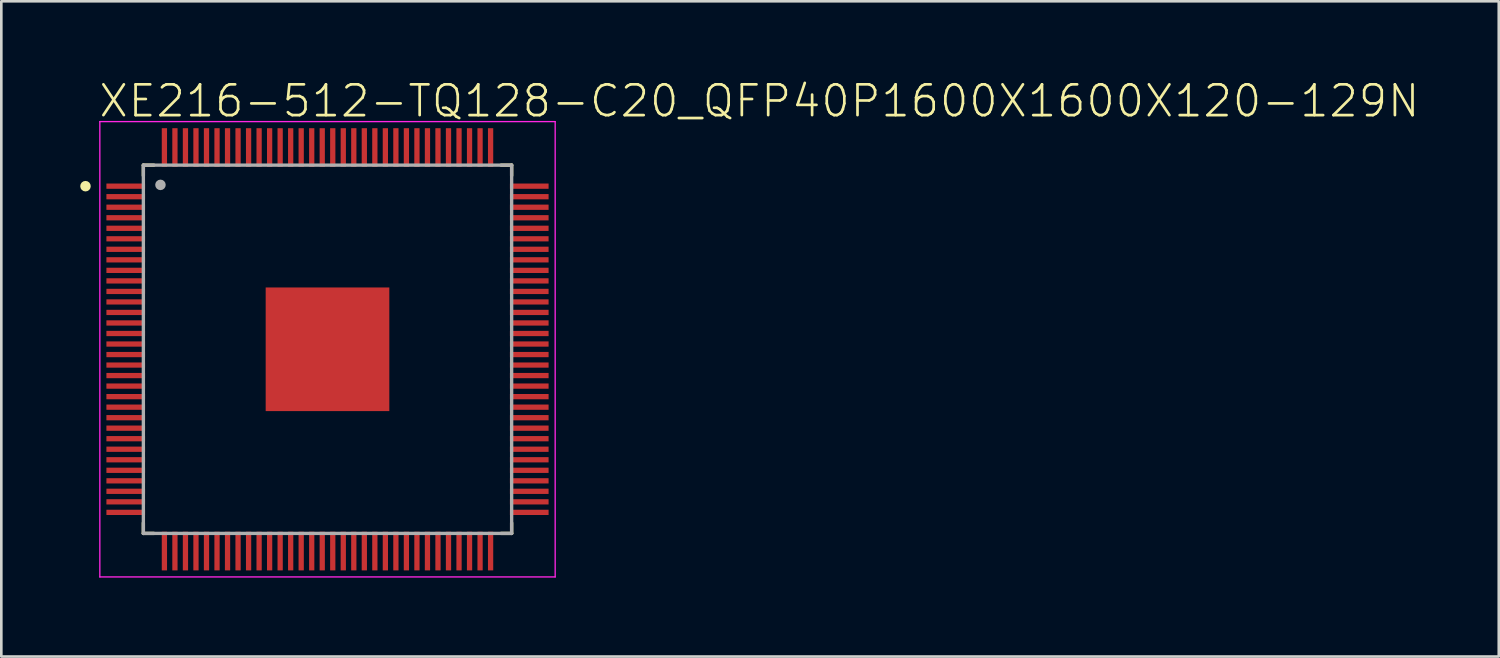
<source format=kicad_pcb>
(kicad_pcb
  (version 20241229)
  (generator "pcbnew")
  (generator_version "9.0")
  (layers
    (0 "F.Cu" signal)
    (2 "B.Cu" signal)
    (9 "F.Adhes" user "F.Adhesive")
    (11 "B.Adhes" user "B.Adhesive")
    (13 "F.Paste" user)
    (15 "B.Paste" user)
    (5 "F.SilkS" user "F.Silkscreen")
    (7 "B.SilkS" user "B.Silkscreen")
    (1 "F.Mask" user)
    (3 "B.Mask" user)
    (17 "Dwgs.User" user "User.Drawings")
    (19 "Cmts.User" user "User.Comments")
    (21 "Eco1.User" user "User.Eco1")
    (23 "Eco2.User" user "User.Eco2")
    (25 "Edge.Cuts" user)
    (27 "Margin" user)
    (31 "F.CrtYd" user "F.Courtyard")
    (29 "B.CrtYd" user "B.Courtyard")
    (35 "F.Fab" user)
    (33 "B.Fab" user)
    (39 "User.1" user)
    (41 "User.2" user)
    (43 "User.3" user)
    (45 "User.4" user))
  (footprint "XE216-512-TQ128-C20_QFP40P1600X1600X120-129N"
    (layer "F.Cu")
    (at 9.4 10.228)
    (property "Reference" "XE216-512-TQ128-C20_QFP40P1600X1600X120-129N" (at -8.754 -8.754 0) (unlocked yes) (layer "F.SilkS") (effects (font (size 1.169 1.169) (thickness 0.102)) (justify left bottom)))
    (fp_line (start -7 -7) (end -7 -6.6) (stroke (width 0.127) (type solid)) (layer "F.SilkS"))
    (fp_line (start -7 6.6) (end -7 7) (stroke (width 0.127) (type solid)) (layer "F.SilkS"))
    (fp_line (start -7 7) (end -6.6 7) (stroke (width 0.127) (type solid)) (layer "F.SilkS"))
    (fp_line (start -6.6 -7) (end -7 -7) (stroke (width 0.127) (type solid)) (layer "F.SilkS"))
    (fp_line (start 6.6 -7) (end 7 -7) (stroke (width 0.127) (type solid)) (layer "F.SilkS"))
    (fp_line (start 6.6 7) (end 7 7) (stroke (width 0.127) (type solid)) (layer "F.SilkS"))
    (fp_line (start 7 -7) (end 7 -6.6) (stroke (width 0.127) (type solid)) (layer "F.SilkS"))
    (fp_line (start 7 7) (end 7 6.6) (stroke (width 0.127) (type solid)) (layer "F.SilkS"))
    (fp_circle (center -9.2 -6.2) (end -9.1 -6.2) (stroke (width 0.2) (type solid)) (fill no) (layer "F.SilkS"))
    (fp_poly (pts (xy -1.487 1.487) (xy 1.486 1.487) (xy 1.486 -1.486) (xy -1.487 -1.486)) (stroke (width 0) (type default)) (fill yes) (layer "F.Paste"))
    (fp_line (start -8.655 -8.655) (end 8.655 -8.655) (stroke (width 0.05) (type solid)) (layer "F.CrtYd"))
    (fp_line (start -8.655 8.655) (end -8.655 -8.655) (stroke (width 0.05) (type solid)) (layer "F.CrtYd"))
    (fp_line (start 8.655 -8.655) (end 8.655 8.655) (stroke (width 0.05) (type solid)) (layer "F.CrtYd"))
    (fp_line (start 8.655 8.655) (end -8.655 8.655) (stroke (width 0.05) (type solid)) (layer "F.CrtYd"))
    (fp_line (start -7 -7) (end 7 -7) (stroke (width 0.127) (type solid)) (layer "F.Fab"))
    (fp_line (start -7 7) (end -7 -7) (stroke (width 0.127) (type solid)) (layer "F.Fab"))
    (fp_line (start 7 -7) (end 7 7) (stroke (width 0.127) (type solid)) (layer "F.Fab"))
    (fp_line (start 7 7) (end -7 7) (stroke (width 0.127) (type solid)) (layer "F.Fab"))
    (fp_circle (center -6.35 -6.25) (end -6.25 -6.25) (stroke (width 0.2) (type solid)) (fill no) (layer "F.Fab"))
    (pad "1" smd roundrect (at -7.67 -6.2) (size 1.47 0.2) (layers "F.Cu" "F.Mask" "F.Paste") (roundrect_rratio 0.03))
    (pad "2" smd roundrect (at -7.67 -5.8) (size 1.47 0.2) (layers "F.Cu" "F.Mask" "F.Paste") (roundrect_rratio 0.03))
    (pad "3" smd roundrect (at -7.67 -5.4) (size 1.47 0.2) (layers "F.Cu" "F.Mask" "F.Paste") (roundrect_rratio 0.03))
    (pad "4" smd roundrect (at -7.67 -5) (size 1.47 0.2) (layers "F.Cu" "F.Mask" "F.Paste") (roundrect_rratio 0.03))
    (pad "5" smd roundrect (at -7.67 -4.6) (size 1.47 0.2) (layers "F.Cu" "F.Mask" "F.Paste") (roundrect_rratio 0.03))
    (pad "6" smd roundrect (at -7.67 -4.2) (size 1.47 0.2) (layers "F.Cu" "F.Mask" "F.Paste") (roundrect_rratio 0.03))
    (pad "7" smd roundrect (at -7.67 -3.8) (size 1.47 0.2) (layers "F.Cu" "F.Mask" "F.Paste") (roundrect_rratio 0.03))
    (pad "8" smd roundrect (at -7.67 -3.4) (size 1.47 0.2) (layers "F.Cu" "F.Mask" "F.Paste") (roundrect_rratio 0.03))
    (pad "9" smd roundrect (at -7.67 -3) (size 1.47 0.2) (layers "F.Cu" "F.Mask" "F.Paste") (roundrect_rratio 0.03))
    (pad "10" smd roundrect (at -7.67 -2.6) (size 1.47 0.2) (layers "F.Cu" "F.Mask" "F.Paste") (roundrect_rratio 0.03))
    (pad "11" smd roundrect (at -7.67 -2.2) (size 1.47 0.2) (layers "F.Cu" "F.Mask" "F.Paste") (roundrect_rratio 0.03))
    (pad "12" smd roundrect (at -7.67 -1.8) (size 1.47 0.2) (layers "F.Cu" "F.Mask" "F.Paste") (roundrect_rratio 0.03))
    (pad "13" smd roundrect (at -7.67 -1.4) (size 1.47 0.2) (layers "F.Cu" "F.Mask" "F.Paste") (roundrect_rratio 0.03))
    (pad "14" smd roundrect (at -7.67 -1) (size 1.47 0.2) (layers "F.Cu" "F.Mask" "F.Paste") (roundrect_rratio 0.03))
    (pad "15" smd roundrect (at -7.67 -0.6) (size 1.47 0.2) (layers "F.Cu" "F.Mask" "F.Paste") (roundrect_rratio 0.03))
    (pad "16" smd roundrect (at -7.67 -0.2) (size 1.47 0.2) (layers "F.Cu" "F.Mask" "F.Paste") (roundrect_rratio 0.03))
    (pad "17" smd roundrect (at -7.67 0.2) (size 1.47 0.2) (layers "F.Cu" "F.Mask" "F.Paste") (roundrect_rratio 0.03))
    (pad "18" smd roundrect (at -7.67 0.6) (size 1.47 0.2) (layers "F.Cu" "F.Mask" "F.Paste") (roundrect_rratio 0.03))
    (pad "19" smd roundrect (at -7.67 1) (size 1.47 0.2) (layers "F.Cu" "F.Mask" "F.Paste") (roundrect_rratio 0.03))
    (pad "20" smd roundrect (at -7.67 1.4) (size 1.47 0.2) (layers "F.Cu" "F.Mask" "F.Paste") (roundrect_rratio 0.03))
    (pad "21" smd roundrect (at -7.67 1.8) (size 1.47 0.2) (layers "F.Cu" "F.Mask" "F.Paste") (roundrect_rratio 0.03))
    (pad "22" smd roundrect (at -7.67 2.2) (size 1.47 0.2) (layers "F.Cu" "F.Mask" "F.Paste") (roundrect_rratio 0.03))
    (pad "23" smd roundrect (at -7.67 2.6) (size 1.47 0.2) (layers "F.Cu" "F.Mask" "F.Paste") (roundrect_rratio 0.03))
    (pad "24" smd roundrect (at -7.67 3) (size 1.47 0.2) (layers "F.Cu" "F.Mask" "F.Paste") (roundrect_rratio 0.03))
    (pad "25" smd roundrect (at -7.67 3.4) (size 1.47 0.2) (layers "F.Cu" "F.Mask" "F.Paste") (roundrect_rratio 0.03))
    (pad "26" smd roundrect (at -7.67 3.8) (size 1.47 0.2) (layers "F.Cu" "F.Mask" "F.Paste") (roundrect_rratio 0.03))
    (pad "27" smd roundrect (at -7.67 4.2) (size 1.47 0.2) (layers "F.Cu" "F.Mask" "F.Paste") (roundrect_rratio 0.03))
    (pad "28" smd roundrect (at -7.67 4.6) (size 1.47 0.2) (layers "F.Cu" "F.Mask" "F.Paste") (roundrect_rratio 0.03))
    (pad "29" smd roundrect (at -7.67 5) (size 1.47 0.2) (layers "F.Cu" "F.Mask" "F.Paste") (roundrect_rratio 0.03))
    (pad "30" smd roundrect (at -7.67 5.4) (size 1.47 0.2) (layers "F.Cu" "F.Mask" "F.Paste") (roundrect_rratio 0.03))
    (pad "31" smd roundrect (at -7.67 5.8) (size 1.47 0.2) (layers "F.Cu" "F.Mask" "F.Paste") (roundrect_rratio 0.03))
    (pad "32" smd roundrect (at -7.67 6.2) (size 1.47 0.2) (layers "F.Cu" "F.Mask" "F.Paste") (roundrect_rratio 0.03))
    (pad "33" smd roundrect (at -6.2 7.67 90) (size 1.47 0.2) (layers "F.Cu" "F.Mask" "F.Paste") (roundrect_rratio 0.03))
    (pad "34" smd roundrect (at -5.8 7.67 90) (size 1.47 0.2) (layers "F.Cu" "F.Mask" "F.Paste") (roundrect_rratio 0.03))
    (pad "35" smd roundrect (at -5.4 7.67 90) (size 1.47 0.2) (layers "F.Cu" "F.Mask" "F.Paste") (roundrect_rratio 0.03))
    (pad "36" smd roundrect (at -5 7.67 90) (size 1.47 0.2) (layers "F.Cu" "F.Mask" "F.Paste") (roundrect_rratio 0.03))
    (pad "37" smd roundrect (at -4.6 7.67 90) (size 1.47 0.2) (layers "F.Cu" "F.Mask" "F.Paste") (roundrect_rratio 0.03))
    (pad "38" smd roundrect (at -4.2 7.67 90) (size 1.47 0.2) (layers "F.Cu" "F.Mask" "F.Paste") (roundrect_rratio 0.03))
    (pad "39" smd roundrect (at -3.8 7.67 90) (size 1.47 0.2) (layers "F.Cu" "F.Mask" "F.Paste") (roundrect_rratio 0.03))
    (pad "40" smd roundrect (at -3.4 7.67 90) (size 1.47 0.2) (layers "F.Cu" "F.Mask" "F.Paste") (roundrect_rratio 0.03))
    (pad "41" smd roundrect (at -3 7.67 90) (size 1.47 0.2) (layers "F.Cu" "F.Mask" "F.Paste") (roundrect_rratio 0.03))
    (pad "42" smd roundrect (at -2.6 7.67 90) (size 1.47 0.2) (layers "F.Cu" "F.Mask" "F.Paste") (roundrect_rratio 0.03))
    (pad "43" smd roundrect (at -2.2 7.67 90) (size 1.47 0.2) (layers "F.Cu" "F.Mask" "F.Paste") (roundrect_rratio 0.03))
    (pad "44" smd roundrect (at -1.8 7.67 90) (size 1.47 0.2) (layers "F.Cu" "F.Mask" "F.Paste") (roundrect_rratio 0.03))
    (pad "45" smd roundrect (at -1.4 7.67 90) (size 1.47 0.2) (layers "F.Cu" "F.Mask" "F.Paste") (roundrect_rratio 0.03))
    (pad "46" smd roundrect (at -1 7.67 90) (size 1.47 0.2) (layers "F.Cu" "F.Mask" "F.Paste") (roundrect_rratio 0.03))
    (pad "47" smd roundrect (at -0.6 7.67 90) (size 1.47 0.2) (layers "F.Cu" "F.Mask" "F.Paste") (roundrect_rratio 0.03))
    (pad "48" smd roundrect (at -0.2 7.67 90) (size 1.47 0.2) (layers "F.Cu" "F.Mask" "F.Paste") (roundrect_rratio 0.03))
    (pad "49" smd roundrect (at 0.2 7.67 90) (size 1.47 0.2) (layers "F.Cu" "F.Mask" "F.Paste") (roundrect_rratio 0.03))
    (pad "50" smd roundrect (at 0.6 7.67 90) (size 1.47 0.2) (layers "F.Cu" "F.Mask" "F.Paste") (roundrect_rratio 0.03))
    (pad "51" smd roundrect (at 1 7.67 90) (size 1.47 0.2) (layers "F.Cu" "F.Mask" "F.Paste") (roundrect_rratio 0.03))
    (pad "52" smd roundrect (at 1.4 7.67 90) (size 1.47 0.2) (layers "F.Cu" "F.Mask" "F.Paste") (roundrect_rratio 0.03))
    (pad "53" smd roundrect (at 1.8 7.67 90) (size 1.47 0.2) (layers "F.Cu" "F.Mask" "F.Paste") (roundrect_rratio 0.03))
    (pad "54" smd roundrect (at 2.2 7.67 90) (size 1.47 0.2) (layers "F.Cu" "F.Mask" "F.Paste") (roundrect_rratio 0.03))
    (pad "55" smd roundrect (at 2.6 7.67 90) (size 1.47 0.2) (layers "F.Cu" "F.Mask" "F.Paste") (roundrect_rratio 0.03))
    (pad "56" smd roundrect (at 3 7.67 90) (size 1.47 0.2) (layers "F.Cu" "F.Mask" "F.Paste") (roundrect_rratio 0.03))
    (pad "57" smd roundrect (at 3.4 7.67 90) (size 1.47 0.2) (layers "F.Cu" "F.Mask" "F.Paste") (roundrect_rratio 0.03))
    (pad "58" smd roundrect (at 3.8 7.67 90) (size 1.47 0.2) (layers "F.Cu" "F.Mask" "F.Paste") (roundrect_rratio 0.03))
    (pad "59" smd roundrect (at 4.2 7.67 90) (size 1.47 0.2) (layers "F.Cu" "F.Mask" "F.Paste") (roundrect_rratio 0.03))
    (pad "60" smd roundrect (at 4.6 7.67 90) (size 1.47 0.2) (layers "F.Cu" "F.Mask" "F.Paste") (roundrect_rratio 0.03))
    (pad "61" smd roundrect (at 5 7.67 90) (size 1.47 0.2) (layers "F.Cu" "F.Mask" "F.Paste") (roundrect_rratio 0.03))
    (pad "62" smd roundrect (at 5.4 7.67 90) (size 1.47 0.2) (layers "F.Cu" "F.Mask" "F.Paste") (roundrect_rratio 0.03))
    (pad "63" smd roundrect (at 5.8 7.67 90) (size 1.47 0.2) (layers "F.Cu" "F.Mask" "F.Paste") (roundrect_rratio 0.03))
    (pad "64" smd roundrect (at 6.2 7.67 90) (size 1.47 0.2) (layers "F.Cu" "F.Mask" "F.Paste") (roundrect_rratio 0.03))
    (pad "65" smd roundrect (at 7.67 6.2 180) (size 1.47 0.2) (layers "F.Cu" "F.Mask" "F.Paste") (roundrect_rratio 0.03))
    (pad "66" smd roundrect (at 7.67 5.8 180) (size 1.47 0.2) (layers "F.Cu" "F.Mask" "F.Paste") (roundrect_rratio 0.03))
    (pad "67" smd roundrect (at 7.67 5.4 180) (size 1.47 0.2) (layers "F.Cu" "F.Mask" "F.Paste") (roundrect_rratio 0.03))
    (pad "68" smd roundrect (at 7.67 5 180) (size 1.47 0.2) (layers "F.Cu" "F.Mask" "F.Paste") (roundrect_rratio 0.03))
    (pad "69" smd roundrect (at 7.67 4.6 180) (size 1.47 0.2) (layers "F.Cu" "F.Mask" "F.Paste") (roundrect_rratio 0.03))
    (pad "70" smd roundrect (at 7.67 4.2 180) (size 1.47 0.2) (layers "F.Cu" "F.Mask" "F.Paste") (roundrect_rratio 0.03))
    (pad "71" smd roundrect (at 7.67 3.8 180) (size 1.47 0.2) (layers "F.Cu" "F.Mask" "F.Paste") (roundrect_rratio 0.03))
    (pad "72" smd roundrect (at 7.67 3.4 180) (size 1.47 0.2) (layers "F.Cu" "F.Mask" "F.Paste") (roundrect_rratio 0.03))
    (pad "73" smd roundrect (at 7.67 3 180) (size 1.47 0.2) (layers "F.Cu" "F.Mask" "F.Paste") (roundrect_rratio 0.03))
    (pad "74" smd roundrect (at 7.67 2.6 180) (size 1.47 0.2) (layers "F.Cu" "F.Mask" "F.Paste") (roundrect_rratio 0.03))
    (pad "75" smd roundrect (at 7.67 2.2 180) (size 1.47 0.2) (layers "F.Cu" "F.Mask" "F.Paste") (roundrect_rratio 0.03))
    (pad "76" smd roundrect (at 7.67 1.8 180) (size 1.47 0.2) (layers "F.Cu" "F.Mask" "F.Paste") (roundrect_rratio 0.03))
    (pad "77" smd roundrect (at 7.67 1.4 180) (size 1.47 0.2) (layers "F.Cu" "F.Mask" "F.Paste") (roundrect_rratio 0.03))
    (pad "78" smd roundrect (at 7.67 1 180) (size 1.47 0.2) (layers "F.Cu" "F.Mask" "F.Paste") (roundrect_rratio 0.03))
    (pad "79" smd roundrect (at 7.67 0.6 180) (size 1.47 0.2) (layers "F.Cu" "F.Mask" "F.Paste") (roundrect_rratio 0.03))
    (pad "80" smd roundrect (at 7.67 0.2 180) (size 1.47 0.2) (layers "F.Cu" "F.Mask" "F.Paste") (roundrect_rratio 0.03))
    (pad "81" smd roundrect (at 7.67 -0.2 180) (size 1.47 0.2) (layers "F.Cu" "F.Mask" "F.Paste") (roundrect_rratio 0.03))
    (pad "82" smd roundrect (at 7.67 -0.6 180) (size 1.47 0.2) (layers "F.Cu" "F.Mask" "F.Paste") (roundrect_rratio 0.03))
    (pad "83" smd roundrect (at 7.67 -1 180) (size 1.47 0.2) (layers "F.Cu" "F.Mask" "F.Paste") (roundrect_rratio 0.03))
    (pad "84" smd roundrect (at 7.67 -1.4 180) (size 1.47 0.2) (layers "F.Cu" "F.Mask" "F.Paste") (roundrect_rratio 0.03))
    (pad "85" smd roundrect (at 7.67 -1.8 180) (size 1.47 0.2) (layers "F.Cu" "F.Mask" "F.Paste") (roundrect_rratio 0.03))
    (pad "86" smd roundrect (at 7.67 -2.2 180) (size 1.47 0.2) (layers "F.Cu" "F.Mask" "F.Paste") (roundrect_rratio 0.03))
    (pad "87" smd roundrect (at 7.67 -2.6 180) (size 1.47 0.2) (layers "F.Cu" "F.Mask" "F.Paste") (roundrect_rratio 0.03))
    (pad "88" smd roundrect (at 7.67 -3 180) (size 1.47 0.2) (layers "F.Cu" "F.Mask" "F.Paste") (roundrect_rratio 0.03))
    (pad "89" smd roundrect (at 7.67 -3.4 180) (size 1.47 0.2) (layers "F.Cu" "F.Mask" "F.Paste") (roundrect_rratio 0.03))
    (pad "90" smd roundrect (at 7.67 -3.8 180) (size 1.47 0.2) (layers "F.Cu" "F.Mask" "F.Paste") (roundrect_rratio 0.03))
    (pad "91" smd roundrect (at 7.67 -4.2 180) (size 1.47 0.2) (layers "F.Cu" "F.Mask" "F.Paste") (roundrect_rratio 0.03))
    (pad "92" smd roundrect (at 7.67 -4.6 180) (size 1.47 0.2) (layers "F.Cu" "F.Mask" "F.Paste") (roundrect_rratio 0.03))
    (pad "93" smd roundrect (at 7.67 -5 180) (size 1.47 0.2) (layers "F.Cu" "F.Mask" "F.Paste") (roundrect_rratio 0.03))
    (pad "94" smd roundrect (at 7.67 -5.4 180) (size 1.47 0.2) (layers "F.Cu" "F.Mask" "F.Paste") (roundrect_rratio 0.03))
    (pad "95" smd roundrect (at 7.67 -5.8 180) (size 1.47 0.2) (layers "F.Cu" "F.Mask" "F.Paste") (roundrect_rratio 0.03))
    (pad "96" smd roundrect (at 7.67 -6.2 180) (size 1.47 0.2) (layers "F.Cu" "F.Mask" "F.Paste") (roundrect_rratio 0.03))
    (pad "97" smd roundrect (at 6.2 -7.67 270) (size 1.47 0.2) (layers "F.Cu" "F.Mask" "F.Paste") (roundrect_rratio 0.03))
    (pad "98" smd roundrect (at 5.8 -7.67 270) (size 1.47 0.2) (layers "F.Cu" "F.Mask" "F.Paste") (roundrect_rratio 0.03))
    (pad "99" smd roundrect (at 5.4 -7.67 270) (size 1.47 0.2) (layers "F.Cu" "F.Mask" "F.Paste") (roundrect_rratio 0.03))
    (pad "100" smd roundrect (at 5 -7.67 270) (size 1.47 0.2) (layers "F.Cu" "F.Mask" "F.Paste") (roundrect_rratio 0.03))
    (pad "101" smd roundrect (at 4.6 -7.67 270) (size 1.47 0.2) (layers "F.Cu" "F.Mask" "F.Paste") (roundrect_rratio 0.03))
    (pad "102" smd roundrect (at 4.2 -7.67 270) (size 1.47 0.2) (layers "F.Cu" "F.Mask" "F.Paste") (roundrect_rratio 0.03))
    (pad "103" smd roundrect (at 3.8 -7.67 270) (size 1.47 0.2) (layers "F.Cu" "F.Mask" "F.Paste") (roundrect_rratio 0.03))
    (pad "104" smd roundrect (at 3.4 -7.67 270) (size 1.47 0.2) (layers "F.Cu" "F.Mask" "F.Paste") (roundrect_rratio 0.03))
    (pad "105" smd roundrect (at 3 -7.67 270) (size 1.47 0.2) (layers "F.Cu" "F.Mask" "F.Paste") (roundrect_rratio 0.03))
    (pad "106" smd roundrect (at 2.6 -7.67 270) (size 1.47 0.2) (layers "F.Cu" "F.Mask" "F.Paste") (roundrect_rratio 0.03))
    (pad "107" smd roundrect (at 2.2 -7.67 270) (size 1.47 0.2) (layers "F.Cu" "F.Mask" "F.Paste") (roundrect_rratio 0.03))
    (pad "108" smd roundrect (at 1.8 -7.67 270) (size 1.47 0.2) (layers "F.Cu" "F.Mask" "F.Paste") (roundrect_rratio 0.03))
    (pad "109" smd roundrect (at 1.4 -7.67 270) (size 1.47 0.2) (layers "F.Cu" "F.Mask" "F.Paste") (roundrect_rratio 0.03))
    (pad "110" smd roundrect (at 1 -7.67 270) (size 1.47 0.2) (layers "F.Cu" "F.Mask" "F.Paste") (roundrect_rratio 0.03))
    (pad "111" smd roundrect (at 0.6 -7.67 270) (size 1.47 0.2) (layers "F.Cu" "F.Mask" "F.Paste") (roundrect_rratio 0.03))
    (pad "112" smd roundrect (at 0.2 -7.67 270) (size 1.47 0.2) (layers "F.Cu" "F.Mask" "F.Paste") (roundrect_rratio 0.03))
    (pad "113" smd roundrect (at -0.2 -7.67 270) (size 1.47 0.2) (layers "F.Cu" "F.Mask" "F.Paste") (roundrect_rratio 0.03))
    (pad "114" smd roundrect (at -0.6 -7.67 270) (size 1.47 0.2) (layers "F.Cu" "F.Mask" "F.Paste") (roundrect_rratio 0.03))
    (pad "115" smd roundrect (at -1 -7.67 270) (size 1.47 0.2) (layers "F.Cu" "F.Mask" "F.Paste") (roundrect_rratio 0.03))
    (pad "116" smd roundrect (at -1.4 -7.67 270) (size 1.47 0.2) (layers "F.Cu" "F.Mask" "F.Paste") (roundrect_rratio 0.03))
    (pad "117" smd roundrect (at -1.8 -7.67 270) (size 1.47 0.2) (layers "F.Cu" "F.Mask" "F.Paste") (roundrect_rratio 0.03))
    (pad "118" smd roundrect (at -2.2 -7.67 270) (size 1.47 0.2) (layers "F.Cu" "F.Mask" "F.Paste") (roundrect_rratio 0.03))
    (pad "119" smd roundrect (at -2.6 -7.67 270) (size 1.47 0.2) (layers "F.Cu" "F.Mask" "F.Paste") (roundrect_rratio 0.03))
    (pad "120" smd roundrect (at -3 -7.67 270) (size 1.47 0.2) (layers "F.Cu" "F.Mask" "F.Paste") (roundrect_rratio 0.03))
    (pad "121" smd roundrect (at -3.4 -7.67 270) (size 1.47 0.2) (layers "F.Cu" "F.Mask" "F.Paste") (roundrect_rratio 0.03))
    (pad "122" smd roundrect (at -3.8 -7.67 270) (size 1.47 0.2) (layers "F.Cu" "F.Mask" "F.Paste") (roundrect_rratio 0.03))
    (pad "123" smd roundrect (at -4.2 -7.67 270) (size 1.47 0.2) (layers "F.Cu" "F.Mask" "F.Paste") (roundrect_rratio 0.03))
    (pad "124" smd roundrect (at -4.6 -7.67 270) (size 1.47 0.2) (layers "F.Cu" "F.Mask" "F.Paste") (roundrect_rratio 0.03))
    (pad "125" smd roundrect (at -5 -7.67 270) (size 1.47 0.2) (layers "F.Cu" "F.Mask" "F.Paste") (roundrect_rratio 0.03))
    (pad "126" smd roundrect (at -5.4 -7.67 270) (size 1.47 0.2) (layers "F.Cu" "F.Mask" "F.Paste") (roundrect_rratio 0.03))
    (pad "127" smd roundrect (at -5.8 -7.67 270) (size 1.47 0.2) (layers "F.Cu" "F.Mask" "F.Paste") (roundrect_rratio 0.03))
    (pad "128" smd roundrect (at -6.2 -7.67 270) (size 1.47 0.2) (layers "F.Cu" "F.Mask" "F.Paste") (roundrect_rratio 0.03))
    (pad "129" smd rect (at 0 0) (size 4.7 4.7) (layers "F.Cu" "F.Mask")))
  (gr_rect
    (start -3 -3)
    (end 53.926 21.908)
    (stroke (width 0.1) (type default))
    (fill no)
    (layer "Edge.Cuts")))
</source>
